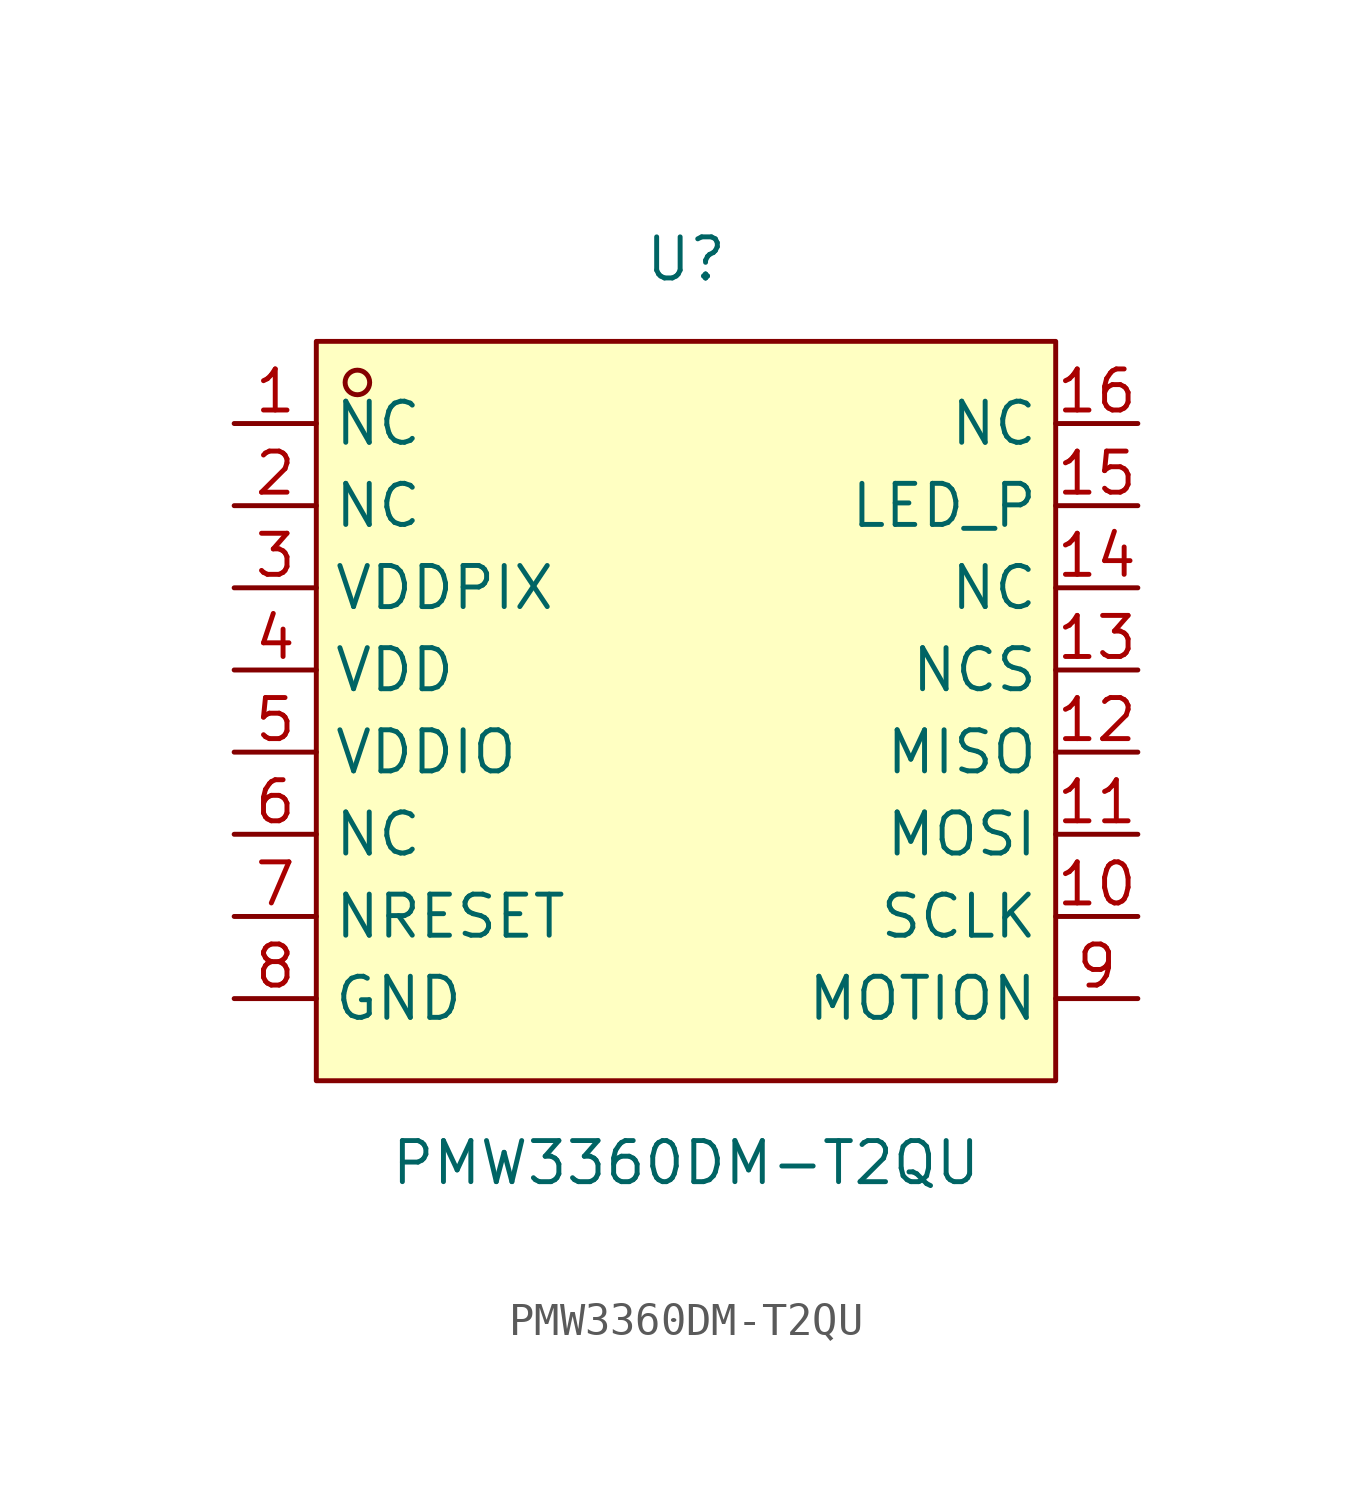
<source format=kicad_sym>
(kicad_symbol_lib
  (version 20211014)
  (generator https://github.com/uPesy/easyeda2kicad.py)
  (symbol "PMW3360DM-T2QU"
    (property "Reference" "U"
      (at 0 13.97 0)
      (effects (font (size 1.27 1.27))))
    (property "Value" "PMW3360DM-T2QU"
      (at 0 -13.97 0)
      (effects (font (size 1.27 1.27))))
    (symbol "PMW3360DM-T2QU_0_1"
      (rectangle (start -11.43 11.43) (end 11.43 -11.43) (stroke (width 0) (type default) (color 0 0 0 0)) (fill (type background)))
      (circle (center -10.16 10.16) (radius 0.38) (stroke (width 0) (type default) (color 0 0 0 0)) (fill (type none)))
      (pin unspecified line (at -13.97 8.89 0) (length 2.54) (name "NC" (effects (font (size 1.27 1.27)))) (number "1" (effects (font (size 1.27 1.27)))))
      (pin unspecified line (at -13.97 6.35 0) (length 2.54) (name "NC" (effects (font (size 1.27 1.27)))) (number "2" (effects (font (size 1.27 1.27)))))
      (pin unspecified line (at -13.97 3.81 0) (length 2.54) (name "VDDPIX" (effects (font (size 1.27 1.27)))) (number "3" (effects (font (size 1.27 1.27)))))
      (pin unspecified line (at -13.97 1.27 0) (length 2.54) (name "VDD" (effects (font (size 1.27 1.27)))) (number "4" (effects (font (size 1.27 1.27)))))
      (pin unspecified line (at -13.97 -1.27 0) (length 2.54) (name "VDDIO" (effects (font (size 1.27 1.27)))) (number "5" (effects (font (size 1.27 1.27)))))
      (pin unspecified line (at -13.97 -3.81 0) (length 2.54) (name "NC" (effects (font (size 1.27 1.27)))) (number "6" (effects (font (size 1.27 1.27)))))
      (pin unspecified line (at -13.97 -6.35 0) (length 2.54) (name "NRESET" (effects (font (size 1.27 1.27)))) (number "7" (effects (font (size 1.27 1.27)))))
      (pin unspecified line (at -13.97 -8.89 0) (length 2.54) (name "GND" (effects (font (size 1.27 1.27)))) (number "8" (effects (font (size 1.27 1.27)))))
      (pin unspecified line (at 13.97 -8.89 180) (length 2.54) (name "MOTION" (effects (font (size 1.27 1.27)))) (number "9" (effects (font (size 1.27 1.27)))))
      (pin unspecified line (at 13.97 -6.35 180) (length 2.54) (name "SCLK" (effects (font (size 1.27 1.27)))) (number "10" (effects (font (size 1.27 1.27)))))
      (pin unspecified line (at 13.97 -3.81 180) (length 2.54) (name "MOSI" (effects (font (size 1.27 1.27)))) (number "11" (effects (font (size 1.27 1.27)))))
      (pin unspecified line (at 13.97 -1.27 180) (length 2.54) (name "MISO" (effects (font (size 1.27 1.27)))) (number "12" (effects (font (size 1.27 1.27)))))
      (pin unspecified line (at 13.97 1.27 180) (length 2.54) (name "NCS" (effects (font (size 1.27 1.27)))) (number "13" (effects (font (size 1.27 1.27)))))
      (pin unspecified line (at 13.97 3.81 180) (length 2.54) (name "NC" (effects (font (size 1.27 1.27)))) (number "14" (effects (font (size 1.27 1.27)))))
      (pin unspecified line (at 13.97 6.35 180) (length 2.54) (name "LED_P" (effects (font (size 1.27 1.27)))) (number "15" (effects (font (size 1.27 1.27)))))
      (pin unspecified line (at 13.97 8.89 180) (length 2.54) (name "NC" (effects (font (size 1.27 1.27)))) (number "16" (effects (font (size 1.27 1.27))))))))
</source>
